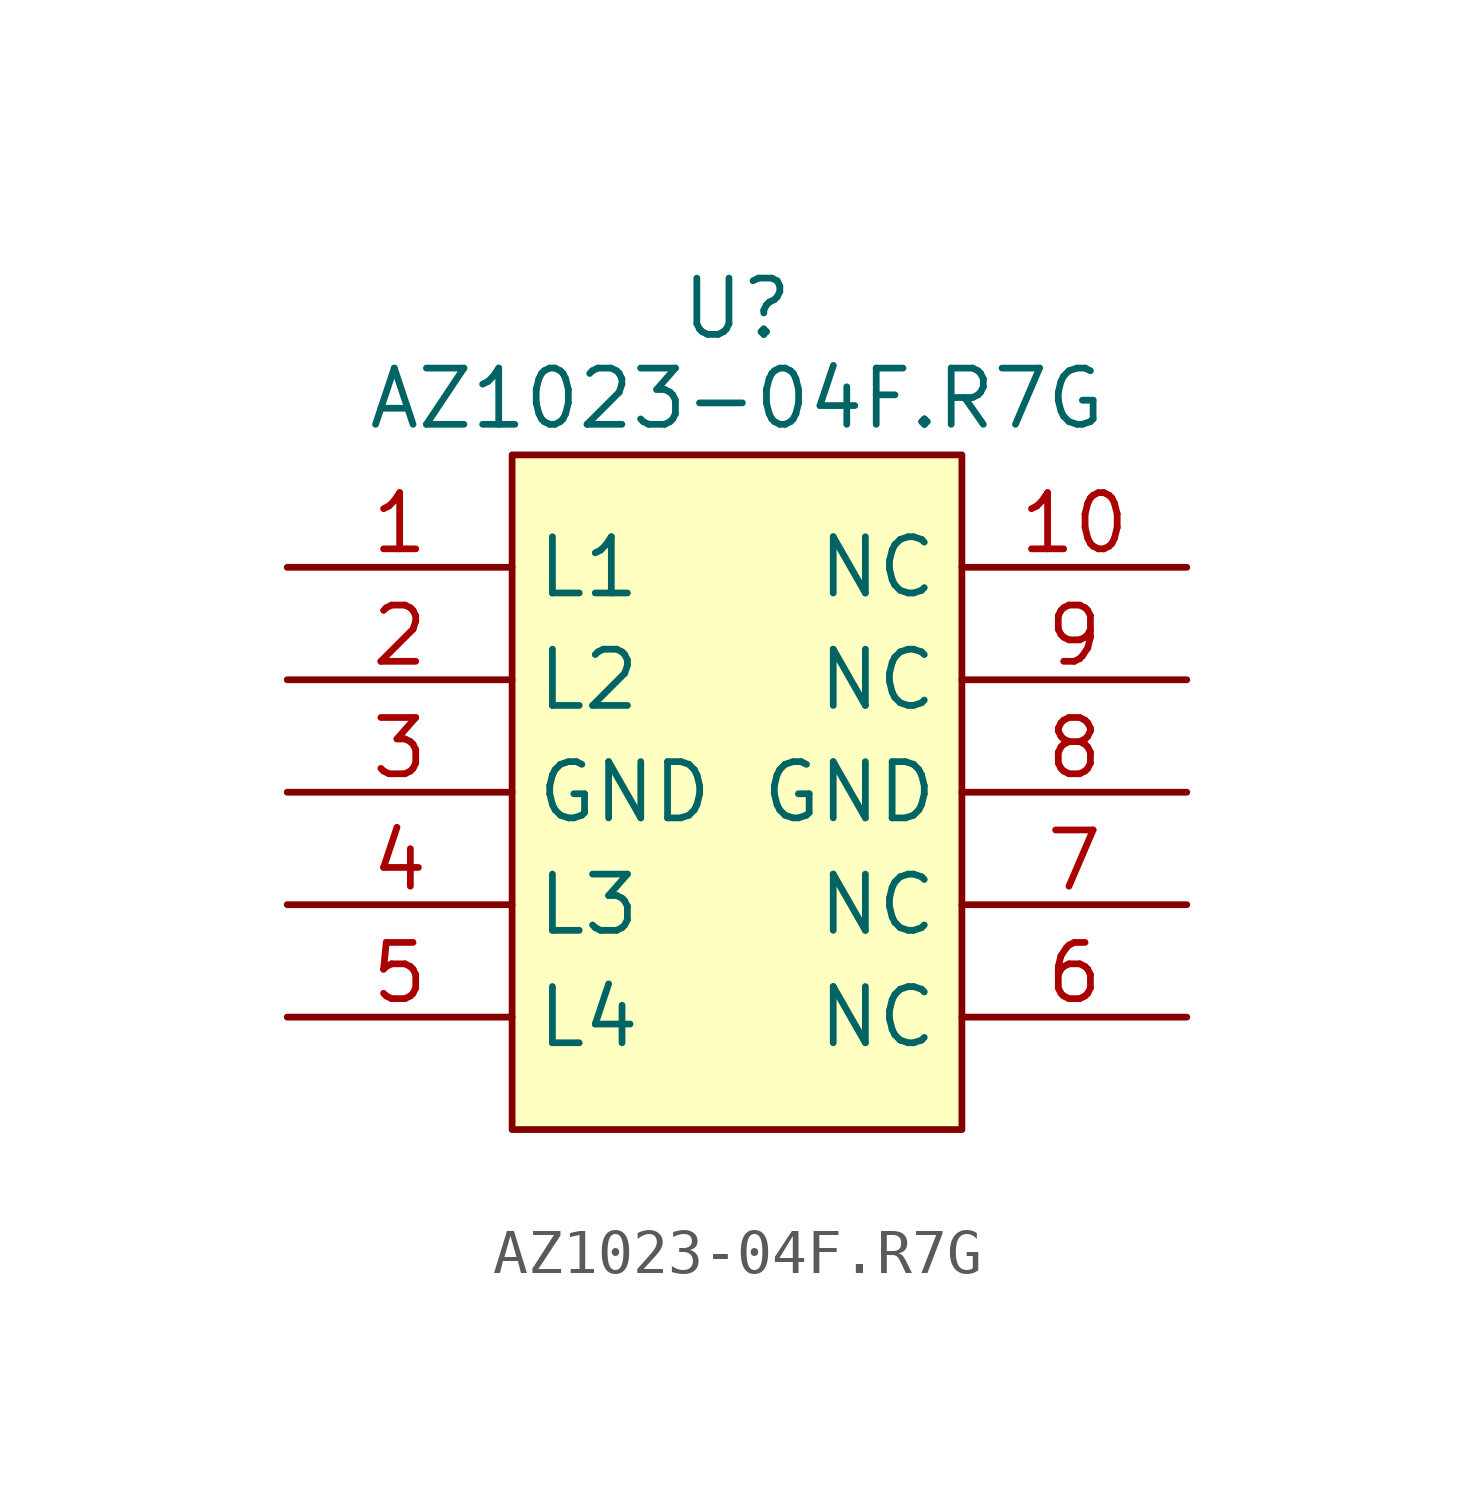
<source format=kicad_sym>
(kicad_symbol_lib
  (version 20231120)
  (generator "kicad_symbol_editor")
  (generator_version "8.0")
  (symbol "AZ1023-04F.R7G"
    (property "Reference" "U"
      (at 0 10.922 0)
      (effects (font (size 1.27 1.27))))
    (property "Value" "AZ1023-04F.R7G"
      (at 0 8.89 0)
      (effects (font (size 1.27 1.27))))
    (symbol "AZ1023-04F.R7G_0_0"
      (pin passive line (at -10.16 5.08 0) (length 5.08) (name "L1" (effects (font (size 1.27 1.27)))) (number "1" (effects (font (size 1.27 1.27)))))
      (pin passive line (at -10.16 2.54 0) (length 5.08) (name "L2" (effects (font (size 1.27 1.27)))) (number "2" (effects (font (size 1.27 1.27)))))
      (pin power_in line (at -10.16 0 0) (length 5.08) (name "GND" (effects (font (size 1.27 1.27)))) (number "3" (effects (font (size 1.27 1.27)))))
      (pin passive line (at -10.16 -2.54 0) (length 5.08) (name "L3" (effects (font (size 1.27 1.27)))) (number "4" (effects (font (size 1.27 1.27)))))
      (pin passive line (at -10.16 -5.08 0) (length 5.08) (name "L4" (effects (font (size 1.27 1.27)))) (number "5" (effects (font (size 1.27 1.27)))))
      (pin passive line (at 10.16 -5.08 180) (length 5.08) (name "NC" (effects (font (size 1.27 1.27)))) (number "6" (effects (font (size 1.27 1.27)))))
      (pin passive line (at 10.16 -2.54 180) (length 5.08) (name "NC" (effects (font (size 1.27 1.27)))) (number "7" (effects (font (size 1.27 1.27)))))
      (pin power_in line (at 10.16 0 180) (length 5.08) (name "GND" (effects (font (size 1.27 1.27)))) (number "8" (effects (font (size 1.27 1.27))))))
    (symbol "AZ1023-04F.R7G_1_0"
      (pin passive line (at 10.16 5.08 180) (length 5.08) (name "NC" (effects (font (size 1.27 1.27)))) (number "10" (effects (font (size 1.27 1.27)))))
      (pin passive line (at 10.16 2.54 180) (length 5.08) (name "NC" (effects (font (size 1.27 1.27)))) (number "9" (effects (font (size 1.27 1.27))))))
    (symbol "AZ1023-04F.R7G_1_1"
      (rectangle (start -5.08 7.62) (end 5.08 -7.62) (stroke (width 0) (type default)) (fill (type background))))))
</source>
